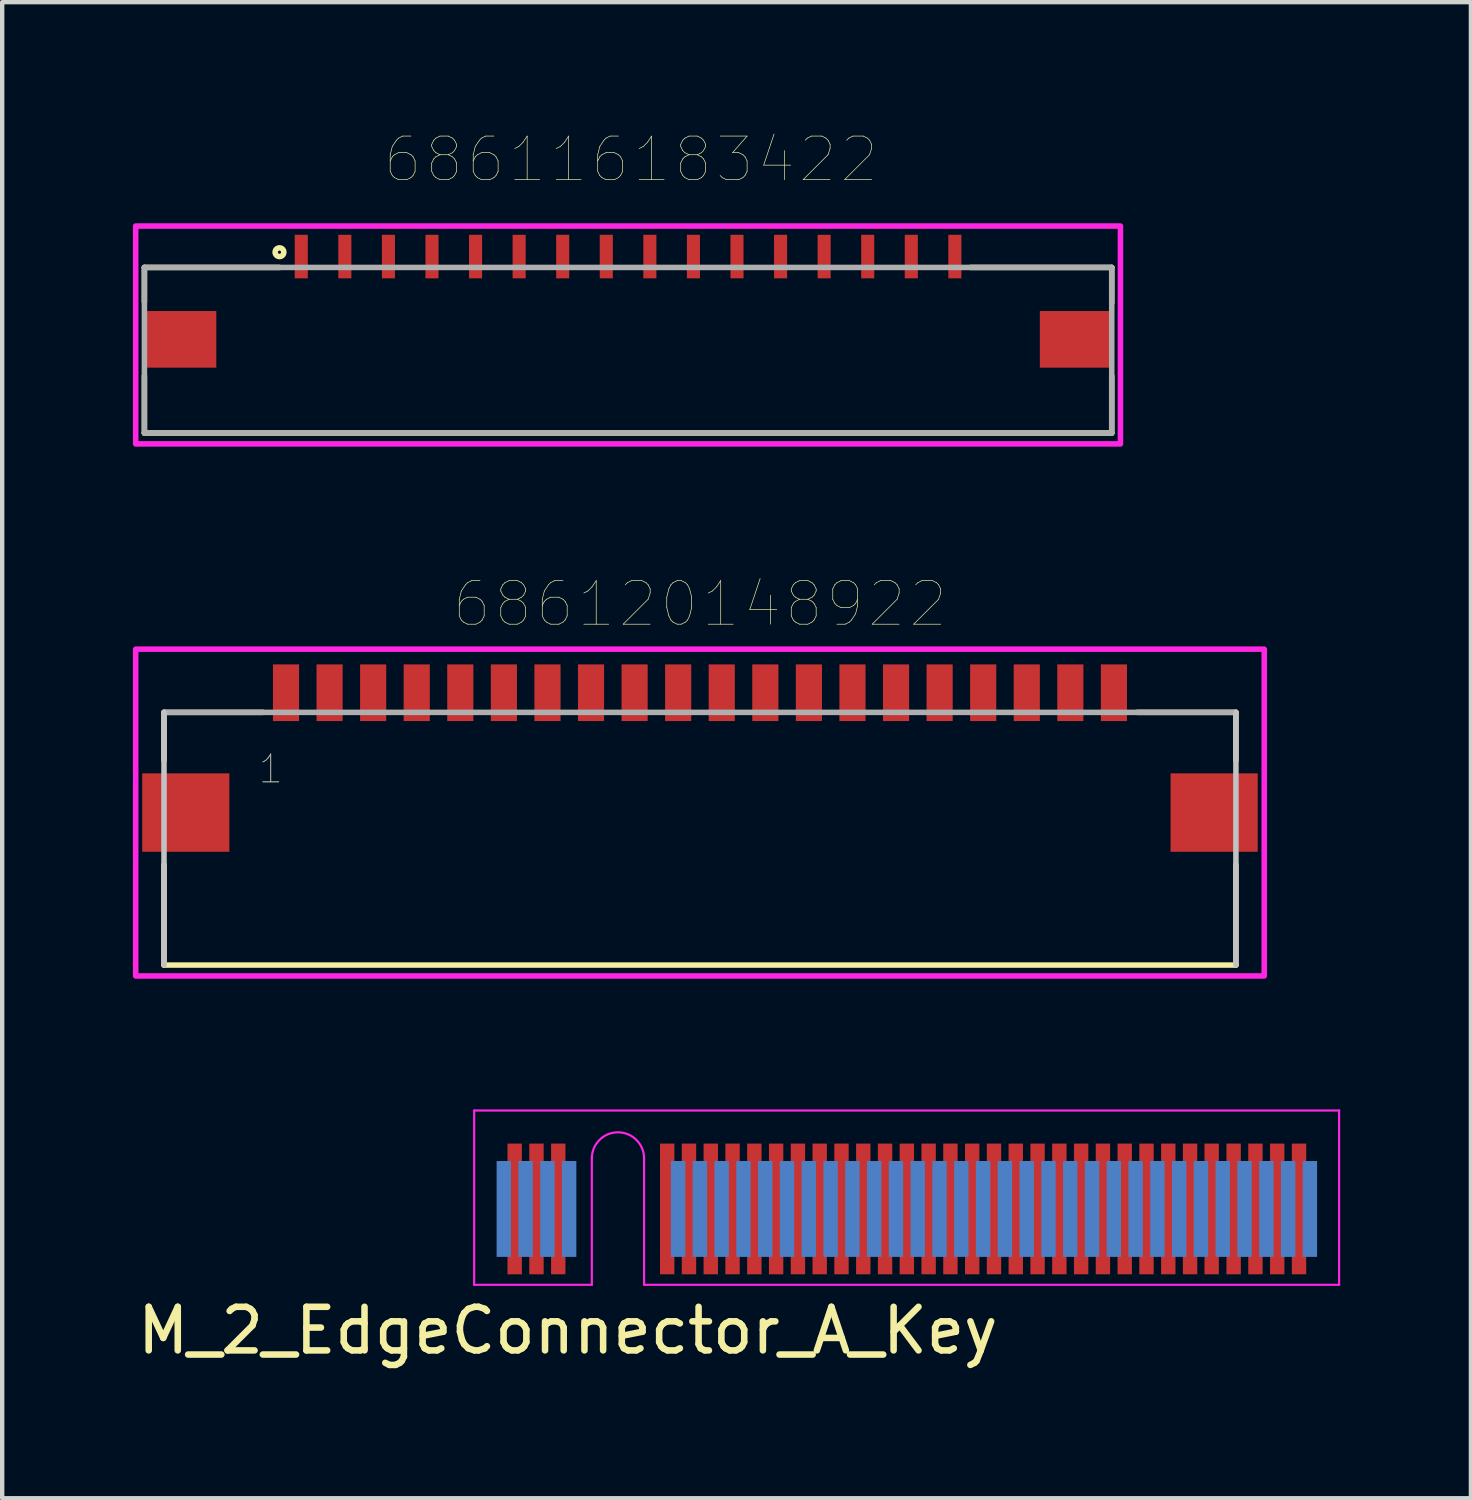
<source format=kicad_pcb>
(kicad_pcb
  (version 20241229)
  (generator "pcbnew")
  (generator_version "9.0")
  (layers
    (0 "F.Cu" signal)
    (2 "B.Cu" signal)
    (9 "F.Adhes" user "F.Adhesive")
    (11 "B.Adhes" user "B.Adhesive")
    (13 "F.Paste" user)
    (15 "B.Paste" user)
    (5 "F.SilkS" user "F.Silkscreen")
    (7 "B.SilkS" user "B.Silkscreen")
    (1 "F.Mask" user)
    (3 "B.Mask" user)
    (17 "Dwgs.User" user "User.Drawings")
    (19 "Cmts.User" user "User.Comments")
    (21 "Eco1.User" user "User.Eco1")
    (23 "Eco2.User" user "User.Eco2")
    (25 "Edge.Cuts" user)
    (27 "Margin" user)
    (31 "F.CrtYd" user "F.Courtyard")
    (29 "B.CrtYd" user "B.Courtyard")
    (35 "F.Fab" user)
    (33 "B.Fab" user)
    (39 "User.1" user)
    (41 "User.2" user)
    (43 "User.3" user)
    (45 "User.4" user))
  (footprint "686116183422"
    (layer "F.Cu")
    (at 11.364 4.738)
    (property "Reference" "686116183422" (at 0.065 -4.127 0) (layer "F.SilkS") (effects (font (size 1 1) (thickness 0.015))))
    (attr through_hole)
    (fp_line (start -11.1 -1.65) (end -11.1 -0.86) (stroke (width 0.127) (type solid)) (layer "F.SilkS"))
    (fp_line (start -11.1 0.84) (end -11.1 2.15) (stroke (width 0.127) (type solid)) (layer "F.SilkS"))
    (fp_line (start -11.1 2.15) (end 11.1 2.15) (stroke (width 0.127) (type solid)) (layer "F.SilkS"))
    (fp_line (start -8 -1.65) (end -11.1 -1.65) (stroke (width 0.127) (type solid)) (layer "F.SilkS"))
    (fp_line (start 7.86 -1.65) (end 11.1 -1.65) (stroke (width 0.127) (type solid)) (layer "F.SilkS"))
    (fp_line (start 11.1 -1.65) (end 11.1 -0.83) (stroke (width 0.127) (type solid)) (layer "F.SilkS"))
    (fp_line (start 11.1 2.15) (end 11.1 0.84) (stroke (width 0.127) (type solid)) (layer "F.SilkS"))
    (fp_circle (center -8 -2) (end -7.9 -2) (stroke (width 0.127) (type solid)) (fill no) (layer "F.SilkS"))
    (fp_poly (pts (xy -11.3 -2.6) (xy 11.3 -2.6) (xy 11.3 2.4) (xy -11.3 2.4)) (stroke (width 0.127) (type solid)) (fill no) (layer "F.CrtYd"))
    (fp_line (start -11.1 -1.65) (end 11.1 -1.65) (stroke (width 0.127) (type solid)) (layer "F.Fab"))
    (fp_line (start -11.1 2.15) (end -11.1 -1.65) (stroke (width 0.127) (type solid)) (layer "F.Fab"))
    (fp_line (start 11.1 -1.65) (end 11.1 2.15) (stroke (width 0.127) (type solid)) (layer "F.Fab"))
    (fp_line (start 11.1 2.15) (end -11.1 2.15) (stroke (width 0.127) (type solid)) (layer "F.Fab"))
    (pad "1" smd rect (at -7.5 -1.9) (size 0.3 1) (layers "F.Cu" "F.Mask" "F.Paste"))
    (pad "2" smd rect (at -6.5 -1.9) (size 0.3 1) (layers "F.Cu" "F.Mask" "F.Paste"))
    (pad "3" smd rect (at -5.5 -1.9) (size 0.3 1) (layers "F.Cu" "F.Mask" "F.Paste"))
    (pad "4" smd rect (at -4.5 -1.9) (size 0.3 1) (layers "F.Cu" "F.Mask" "F.Paste"))
    (pad "5" smd rect (at -3.5 -1.9) (size 0.3 1) (layers "F.Cu" "F.Mask" "F.Paste"))
    (pad "6" smd rect (at -2.5 -1.9) (size 0.3 1) (layers "F.Cu" "F.Mask" "F.Paste"))
    (pad "7" smd rect (at -1.5 -1.9) (size 0.3 1) (layers "F.Cu" "F.Mask" "F.Paste"))
    (pad "8" smd rect (at -0.5 -1.9) (size 0.3 1) (layers "F.Cu" "F.Mask" "F.Paste"))
    (pad "9" smd rect (at 0.5 -1.9) (size 0.3 1) (layers "F.Cu" "F.Mask" "F.Paste"))
    (pad "10" smd rect (at 1.5 -1.9) (size 0.3 1) (layers "F.Cu" "F.Mask" "F.Paste"))
    (pad "11" smd rect (at 2.5 -1.9) (size 0.3 1) (layers "F.Cu" "F.Mask" "F.Paste"))
    (pad "12" smd rect (at 3.5 -1.9) (size 0.3 1) (layers "F.Cu" "F.Mask" "F.Paste"))
    (pad "13" smd rect (at 4.5 -1.9) (size 0.3 1) (layers "F.Cu" "F.Mask" "F.Paste"))
    (pad "14" smd rect (at 5.5 -1.9) (size 0.3 1) (layers "F.Cu" "F.Mask" "F.Paste"))
    (pad "15" smd rect (at 6.5 -1.9) (size 0.3 1) (layers "F.Cu" "F.Mask" "F.Paste"))
    (pad "16" smd rect (at 7.5 -1.9) (size 0.3 1) (layers "F.Cu" "F.Mask" "F.Paste"))
    (pad "Z1" smd rect (at -10.275 0) (size 1.65 1.3) (layers "F.Cu" "F.Mask" "F.Paste"))
    (pad "Z2" smd rect (at 10.275 0) (size 1.65 1.3) (layers "F.Cu" "F.Mask" "F.Paste")))
  (footprint "M_2_EdgeConnector_A_Key"
    (layer "F.Cu")
    (at 17.757 26.436)
    (property "Reference" "M_2_EdgeConnector_A_Key" (at -7.775 1.05 0) (layer "F.SilkS") (effects (font (size 1 1) (thickness 0.15))))
    (attr smd)
    (fp_line (start -9.925 -4) (end 9.925 -4) (stroke (width 0.05) (type solid)) (layer "F.CrtYd"))
    (fp_line (start -9.925 0) (end -9.925 -4) (stroke (width 0.05) (type solid)) (layer "F.CrtYd"))
    (fp_line (start -9.925 0) (end -7.225 0) (stroke (width 0.05) (type solid)) (layer "F.CrtYd"))
    (fp_line (start -7.225 0) (end -7.225 -2.9) (stroke (width 0.05) (type solid)) (layer "F.CrtYd"))
    (fp_line (start -6.025 0) (end -6.025 -2.9) (stroke (width 0.05) (type solid)) (layer "F.CrtYd"))
    (fp_line (start -6.025 0) (end 9.925 0) (stroke (width 0.05) (type solid)) (layer "F.CrtYd"))
    (fp_line (start 9.925 0) (end 9.925 -4) (stroke (width 0.05) (type solid)) (layer "F.CrtYd"))
    (fp_arc (start -7.225 -2.9) (mid -6.625 -3.5) (end -6.025 -2.9) (stroke (width 0.05) (type solid)) (layer "F.CrtYd"))
    (pad "1" smd rect (at -9.245 -1.741) (size 0.33 2.2) (layers "B.Cu" "B.Mask" "B.Paste"))
    (pad "2" smd rect (at -8.995 -1.741) (size 0.33 3) (layers "F.Cu" "F.Mask" "F.Paste"))
    (pad "3" smd rect (at -8.745 -1.741) (size 0.33 2.2) (layers "B.Cu" "B.Mask" "B.Paste"))
    (pad "4" smd rect (at -8.495 -1.741) (size 0.33 3) (layers "F.Cu" "F.Mask" "F.Paste"))
    (pad "5" smd rect (at -8.245 -1.741) (size 0.33 2.2) (layers "B.Cu" "B.Mask" "B.Paste"))
    (pad "6" smd rect (at -7.995 -1.741) (size 0.33 3) (layers "F.Cu" "F.Mask" "F.Paste"))
    (pad "7" smd rect (at -7.745 -1.741) (size 0.33 2.2) (layers "B.Cu" "B.Mask" "B.Paste"))
    (pad "16" smd rect (at -5.495 -1.741) (size 0.33 3) (layers "F.Cu" "F.Mask" "F.Paste"))
    (pad "17" smd rect (at -5.245 -1.741) (size 0.33 2.2) (layers "B.Cu" "B.Mask" "B.Paste"))
    (pad "18" smd rect (at -4.995 -1.741) (size 0.33 3) (layers "F.Cu" "F.Mask" "F.Paste"))
    (pad "19" smd rect (at -4.745 -1.741) (size 0.33 2.2) (layers "B.Cu" "B.Mask" "B.Paste"))
    (pad "20" smd rect (at -4.495 -1.741) (size 0.33 3) (layers "F.Cu" "F.Mask" "F.Paste"))
    (pad "21" smd rect (at -4.245 -1.741) (size 0.33 2.2) (layers "B.Cu" "B.Mask" "B.Paste"))
    (pad "22" smd rect (at -3.995 -1.741) (size 0.33 3) (layers "F.Cu" "F.Mask" "F.Paste"))
    (pad "23" smd rect (at -3.745 -1.741) (size 0.33 2.2) (layers "B.Cu" "B.Mask" "B.Paste"))
    (pad "24" smd rect (at -3.495 -1.741) (size 0.33 3) (layers "F.Cu" "F.Mask" "F.Paste"))
    (pad "25" smd rect (at -3.245 -1.741) (size 0.33 2.2) (layers "B.Cu" "B.Mask" "B.Paste"))
    (pad "26" smd rect (at -2.995 -1.741) (size 0.33 3) (layers "F.Cu" "F.Mask" "F.Paste"))
    (pad "27" smd rect (at -2.745 -1.741) (size 0.33 2.2) (layers "B.Cu" "B.Mask" "B.Paste"))
    (pad "28" smd rect (at -2.495 -1.741) (size 0.33 3) (layers "F.Cu" "F.Mask" "F.Paste"))
    (pad "29" smd rect (at -2.245 -1.741) (size 0.33 2.2) (layers "B.Cu" "B.Mask" "B.Paste"))
    (pad "30" smd rect (at -1.995 -1.741) (size 0.33 3) (layers "F.Cu" "F.Mask" "F.Paste"))
    (pad "31" smd rect (at -1.745 -1.741) (size 0.33 2.2) (layers "B.Cu" "B.Mask" "B.Paste"))
    (pad "32" smd rect (at -1.495 -1.741) (size 0.33 3) (layers "F.Cu" "F.Mask" "F.Paste"))
    (pad "33" smd rect (at -1.245 -1.741) (size 0.33 2.2) (layers "B.Cu" "B.Mask" "B.Paste"))
    (pad "34" smd rect (at -0.995 -1.741) (size 0.33 3) (layers "F.Cu" "F.Mask" "F.Paste"))
    (pad "35" smd rect (at -0.745 -1.741) (size 0.33 2.2) (layers "B.Cu" "B.Mask" "B.Paste"))
    (pad "36" smd rect (at -0.495 -1.741) (size 0.33 3) (layers "F.Cu" "F.Mask" "F.Paste"))
    (pad "37" smd rect (at -0.245 -1.741) (size 0.33 2.2) (layers "B.Cu" "B.Mask" "B.Paste"))
    (pad "38" smd rect (at 0.005 -1.741) (size 0.33 3) (layers "F.Cu" "F.Mask" "F.Paste"))
    (pad "39" smd rect (at 0.255 -1.741) (size 0.33 2.2) (layers "B.Cu" "B.Mask" "B.Paste"))
    (pad "40" smd rect (at 0.505 -1.741) (size 0.33 3) (layers "F.Cu" "F.Mask" "F.Paste"))
    (pad "41" smd rect (at 0.755 -1.741) (size 0.33 2.2) (layers "B.Cu" "B.Mask" "B.Paste"))
    (pad "42" smd rect (at 1.005 -1.741) (size 0.33 3) (layers "F.Cu" "F.Mask" "F.Paste"))
    (pad "43" smd rect (at 1.255 -1.741) (size 0.33 2.2) (layers "B.Cu" "B.Mask" "B.Paste"))
    (pad "44" smd rect (at 1.505 -1.741) (size 0.33 3) (layers "F.Cu" "F.Mask" "F.Paste"))
    (pad "45" smd rect (at 1.755 -1.741) (size 0.33 2.2) (layers "B.Cu" "B.Mask" "B.Paste"))
    (pad "46" smd rect (at 2.005 -1.741) (size 0.33 3) (layers "F.Cu" "F.Mask" "F.Paste"))
    (pad "47" smd rect (at 2.255 -1.741) (size 0.33 2.2) (layers "B.Cu" "B.Mask" "B.Paste"))
    (pad "48" smd rect (at 2.505 -1.741) (size 0.33 3) (layers "F.Cu" "F.Mask" "F.Paste"))
    (pad "49" smd rect (at 2.755 -1.741) (size 0.33 2.2) (layers "B.Cu" "B.Mask" "B.Paste"))
    (pad "50" smd rect (at 3.005 -1.741) (size 0.33 3) (layers "F.Cu" "F.Mask" "F.Paste"))
    (pad "51" smd rect (at 3.255 -1.741) (size 0.33 2.2) (layers "B.Cu" "B.Mask" "B.Paste"))
    (pad "52" smd rect (at 3.505 -1.741) (size 0.33 3) (layers "F.Cu" "F.Mask" "F.Paste"))
    (pad "53" smd rect (at 3.755 -1.741) (size 0.33 2.2) (layers "B.Cu" "B.Mask" "B.Paste"))
    (pad "54" smd rect (at 4.005 -1.741) (size 0.33 3) (layers "F.Cu" "F.Mask" "F.Paste"))
    (pad "55" smd rect (at 4.255 -1.741) (size 0.33 2.2) (layers "B.Cu" "B.Mask" "B.Paste"))
    (pad "56" smd rect (at 4.505 -1.741) (size 0.33 3) (layers "F.Cu" "F.Mask" "F.Paste"))
    (pad "57" smd rect (at 4.755 -1.741) (size 0.33 2.2) (layers "B.Cu" "B.Mask" "B.Paste"))
    (pad "58" smd rect (at 5.005 -1.741) (size 0.33 3) (layers "F.Cu" "F.Mask" "F.Paste"))
    (pad "59" smd rect (at 5.255 -1.741) (size 0.33 2.2) (layers "B.Cu" "B.Mask" "B.Paste"))
    (pad "60" smd rect (at 5.505 -1.741) (size 0.33 3) (layers "F.Cu" "F.Mask" "F.Paste"))
    (pad "61" smd rect (at 5.755 -1.741) (size 0.33 2.2) (layers "B.Cu" "B.Mask" "B.Paste"))
    (pad "62" smd rect (at 6.005 -1.741) (size 0.33 3) (layers "F.Cu" "F.Mask" "F.Paste"))
    (pad "63" smd rect (at 6.255 -1.741) (size 0.33 2.2) (layers "B.Cu" "B.Mask" "B.Paste"))
    (pad "64" smd rect (at 6.505 -1.741) (size 0.33 3) (layers "F.Cu" "F.Mask" "F.Paste"))
    (pad "65" smd rect (at 6.755 -1.741) (size 0.33 2.2) (layers "B.Cu" "B.Mask" "B.Paste"))
    (pad "66" smd rect (at 7 -1.741) (size 0.33 3) (layers "F.Cu" "F.Mask" "F.Paste"))
    (pad "67" smd rect (at 7.255 -1.741) (size 0.33 2.2) (layers "B.Cu" "B.Mask" "B.Paste"))
    (pad "68" smd rect (at 7.505 -1.741) (size 0.33 3) (layers "F.Cu" "F.Mask" "F.Paste"))
    (pad "69" smd rect (at 7.755 -1.741) (size 0.33 2.2) (layers "B.Cu" "B.Mask" "B.Paste"))
    (pad "70" smd rect (at 8.005 -1.741) (size 0.33 3) (layers "F.Cu" "F.Mask" "F.Paste"))
    (pad "71" smd rect (at 8.255 -1.741) (size 0.33 2.2) (layers "B.Cu" "B.Mask" "B.Paste"))
    (pad "72" smd rect (at 8.505 -1.741) (size 0.33 3) (layers "F.Cu" "F.Mask" "F.Paste"))
    (pad "73" smd rect (at 8.755 -1.741) (size 0.33 2.2) (layers "B.Cu" "B.Mask" "B.Paste"))
    (pad "74" smd rect (at 9.005 -1.741) (size 0.33 3) (layers "F.Cu" "F.Mask" "F.Paste"))
    (pad "75" smd rect (at 9.255 -1.741) (size 0.33 2.2) (layers "B.Cu" "B.Mask" "B.Paste")))
  (footprint "686120148922"
    (layer "F.Cu")
    (at 13.014 15.598)
    (property "Reference" "686120148922" (at 0 -4.785 0) (layer "F.SilkS") (effects (font (size 1 1) (thickness 0.015))))
    (attr through_hole)
    (fp_line (start -12.3 -1.2) (end -12.3 -2.3) (stroke (width 0.127) (type solid)) (layer "F.SilkS"))
    (fp_line (start -12.3 1.2) (end -12.3 3.5) (stroke (width 0.127) (type solid)) (layer "F.SilkS"))
    (fp_line (start -10.03 -2.3) (end -12.3 -2.3) (stroke (width 0.127) (type solid)) (layer "F.SilkS"))
    (fp_line (start 10.04 -2.3) (end 12.3 -2.3) (stroke (width 0.127) (type solid)) (layer "F.SilkS"))
    (fp_line (start 12.3 -1.2) (end 12.3 -2.3) (stroke (width 0.127) (type solid)) (layer "F.SilkS"))
    (fp_line (start 12.3 1.2) (end 12.3 3.5) (stroke (width 0.127) (type solid)) (layer "F.SilkS"))
    (fp_line (start 12.3 3.5) (end -12.3 3.5) (stroke (width 0.127) (type solid)) (layer "F.SilkS"))
    (fp_line (start -12.3 3.5) (end -12.3 -2.3) (stroke (width 0.127) (type solid)) (layer "Dwgs.User"))
    (fp_line (start 12.3 -2.3) (end 12.3 3.5) (stroke (width 0.127) (type solid)) (layer "Dwgs.User"))
    (fp_poly (pts (xy -12.95 -3.75) (xy 12.95 -3.75) (xy 12.95 3.75) (xy -12.95 3.75)) (stroke (width 0.127) (type solid)) (fill no) (layer "F.CrtYd"))
    (fp_line (start -12.3 -2.3) (end 12.3 -2.3) (stroke (width 0.127) (type solid)) (layer "F.Fab"))
    (fp_text user "1" (at -9.85 -1 0) (layer "F.SilkS") (effects (font (size 0.64 0.64) (thickness 0.015))))
    (fp_text user "1" (at -9.85 -1 0) (layer "F.Fab") (effects (font (size 0.64 0.64) (thickness 0.015))))
    (pad "1" smd rect (at -9.5 -2.75) (size 0.6 1.3) (layers "F.Cu" "F.Mask" "F.Paste"))
    (pad "2" smd rect (at -8.5 -2.75) (size 0.6 1.3) (layers "F.Cu" "F.Mask" "F.Paste"))
    (pad "3" smd rect (at -7.5 -2.75) (size 0.6 1.3) (layers "F.Cu" "F.Mask" "F.Paste"))
    (pad "4" smd rect (at -6.5 -2.75) (size 0.6 1.3) (layers "F.Cu" "F.Mask" "F.Paste"))
    (pad "5" smd rect (at -5.5 -2.75) (size 0.6 1.3) (layers "F.Cu" "F.Mask" "F.Paste"))
    (pad "6" smd rect (at -4.5 -2.75) (size 0.6 1.3) (layers "F.Cu" "F.Mask" "F.Paste"))
    (pad "7" smd rect (at -3.5 -2.75) (size 0.6 1.3) (layers "F.Cu" "F.Mask" "F.Paste"))
    (pad "8" smd rect (at -2.5 -2.75) (size 0.6 1.3) (layers "F.Cu" "F.Mask" "F.Paste"))
    (pad "9" smd rect (at -1.5 -2.75) (size 0.6 1.3) (layers "F.Cu" "F.Mask" "F.Paste"))
    (pad "10" smd rect (at -0.5 -2.75) (size 0.6 1.3) (layers "F.Cu" "F.Mask" "F.Paste"))
    (pad "11" smd rect (at 0.5 -2.75) (size 0.6 1.3) (layers "F.Cu" "F.Mask" "F.Paste"))
    (pad "12" smd rect (at 1.5 -2.75) (size 0.6 1.3) (layers "F.Cu" "F.Mask" "F.Paste"))
    (pad "13" smd rect (at 2.5 -2.75) (size 0.6 1.3) (layers "F.Cu" "F.Mask" "F.Paste"))
    (pad "14" smd rect (at 3.5 -2.75) (size 0.6 1.3) (layers "F.Cu" "F.Mask" "F.Paste"))
    (pad "15" smd rect (at 4.5 -2.75) (size 0.6 1.3) (layers "F.Cu" "F.Mask" "F.Paste"))
    (pad "16" smd rect (at 5.5 -2.75) (size 0.6 1.3) (layers "F.Cu" "F.Mask" "F.Paste"))
    (pad "17" smd rect (at 6.5 -2.75) (size 0.6 1.3) (layers "F.Cu" "F.Mask" "F.Paste"))
    (pad "18" smd rect (at 7.5 -2.75) (size 0.6 1.3) (layers "F.Cu" "F.Mask" "F.Paste"))
    (pad "19" smd rect (at 8.5 -2.75) (size 0.6 1.3) (layers "F.Cu" "F.Mask" "F.Paste"))
    (pad "20" smd rect (at 9.5 -2.75) (size 0.6 1.3) (layers "F.Cu" "F.Mask" "F.Paste"))
    (pad "Z1" smd rect (at -11.8 0) (size 2 1.8) (layers "F.Cu" "F.Mask" "F.Paste"))
    (pad "Z2" smd rect (at 11.8 0) (size 2 1.8) (layers "F.Cu" "F.Mask" "F.Paste")))
  (gr_rect
    (start -3 -3)
    (end 30.707 31.335)
    (stroke (width 0.1) (type default))
    (fill no)
    (layer "Edge.Cuts")))
</source>
